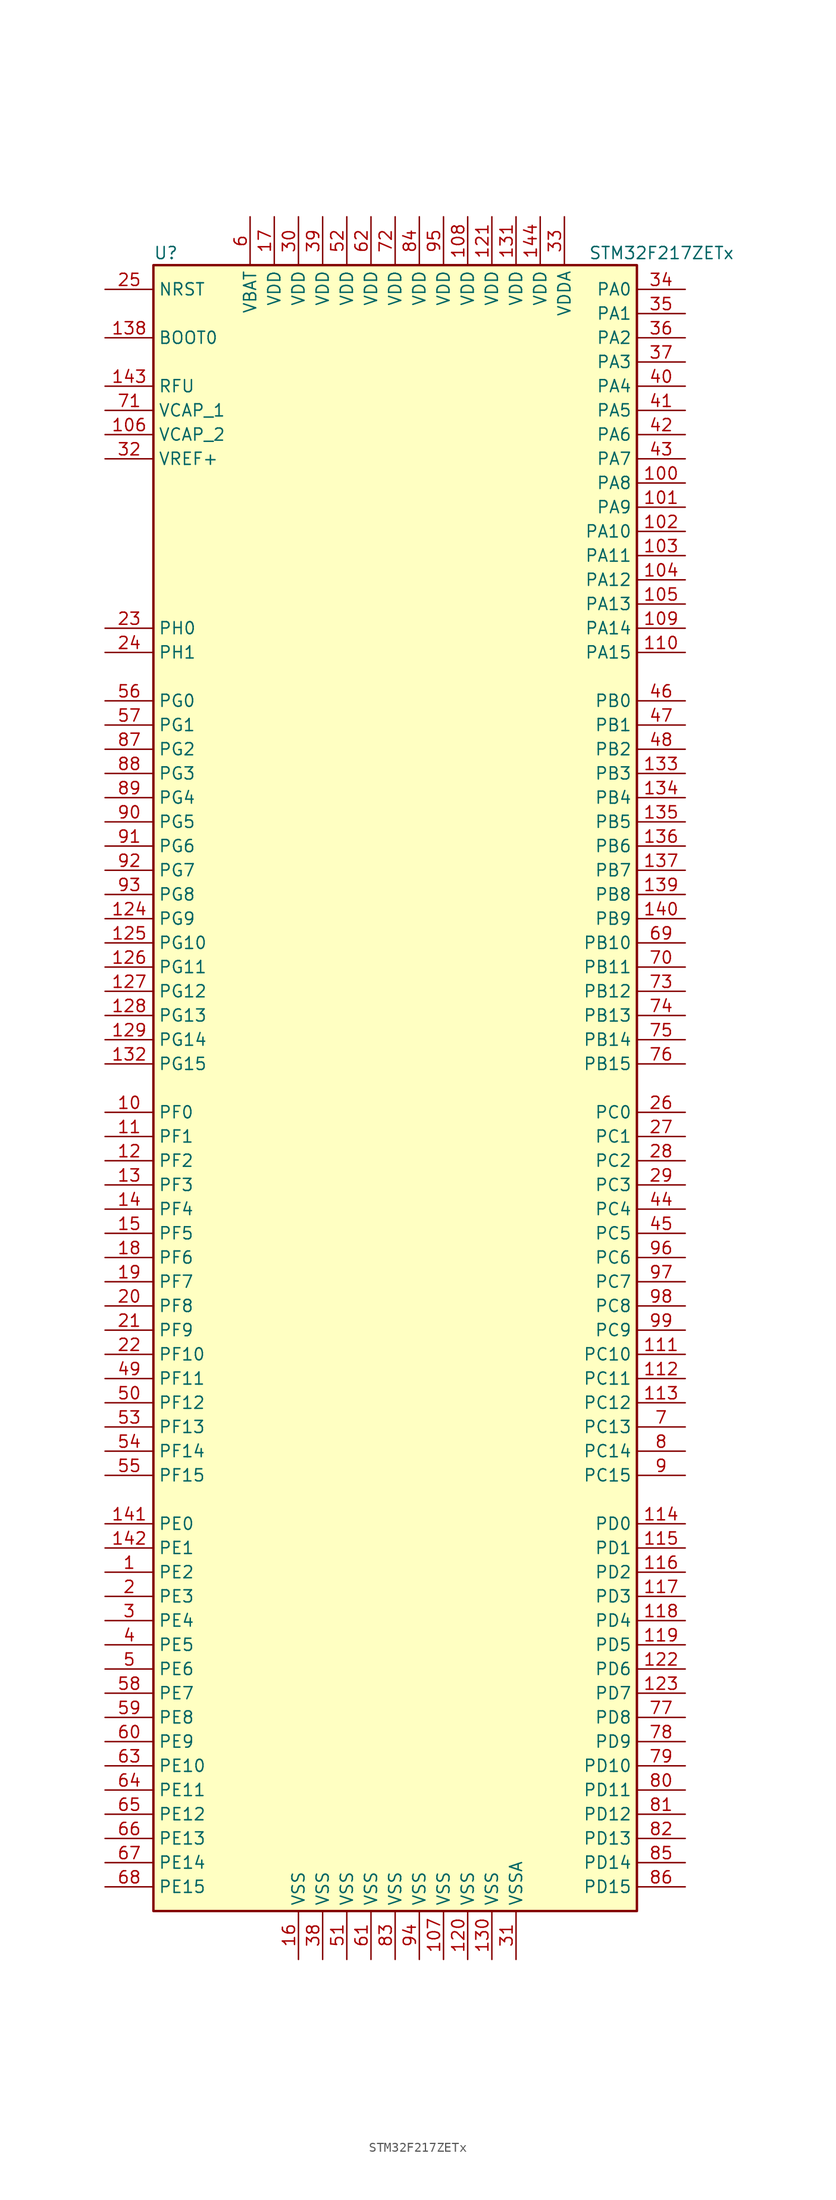
<source format=kicad_sym>
(kicad_symbol_lib
  (version 20211014)
  (generator kicad_symbol_editor)
  (symbol "STM32F217ZETx"
    (property "Reference" "U"
      (at -25.4 87.63 0)
      (effects (font (size 1.27 1.27)) (justify left)))
    (property "Value" "STM32F217ZETx"
      (at 20.32 87.63 0)
      (effects (font (size 1.27 1.27)) (justify left)))
    (symbol "STM32F217ZETx_0_1"
      (rectangle (start -25.4 -86.36) (end 25.4 86.36) (stroke (width 0.254) (type default) (color 0 0 0 0)) (fill (type background))))
    (symbol "STM32F217ZETx_1_1"
      (pin bidirectional line (at -30.48 -50.8 0) (length 5.08) (name "PE2" (effects (font (size 1.27 1.27)))) (number "1" (effects (font (size 1.27 1.27)))))
      (pin bidirectional line (at -30.48 -2.54 0) (length 5.08) (name "PF0" (effects (font (size 1.27 1.27)))) (number "10" (effects (font (size 1.27 1.27)))))
      (pin bidirectional line (at 30.48 63.5 180) (length 5.08) (name "PA8" (effects (font (size 1.27 1.27)))) (number "100" (effects (font (size 1.27 1.27)))))
      (pin bidirectional line (at 30.48 60.96 180) (length 5.08) (name "PA9" (effects (font (size 1.27 1.27)))) (number "101" (effects (font (size 1.27 1.27)))))
      (pin bidirectional line (at 30.48 58.42 180) (length 5.08) (name "PA10" (effects (font (size 1.27 1.27)))) (number "102" (effects (font (size 1.27 1.27)))))
      (pin bidirectional line (at 30.48 55.88 180) (length 5.08) (name "PA11" (effects (font (size 1.27 1.27)))) (number "103" (effects (font (size 1.27 1.27)))))
      (pin bidirectional line (at 30.48 53.34 180) (length 5.08) (name "PA12" (effects (font (size 1.27 1.27)))) (number "104" (effects (font (size 1.27 1.27)))))
      (pin bidirectional line (at 30.48 50.8 180) (length 5.08) (name "PA13" (effects (font (size 1.27 1.27)))) (number "105" (effects (font (size 1.27 1.27)))))
      (pin power_in line (at -30.48 68.58 0) (length 5.08) (name "VCAP_2" (effects (font (size 1.27 1.27)))) (number "106" (effects (font (size 1.27 1.27)))))
      (pin power_in line (at 5.08 -91.44 90) (length 5.08) (name "VSS" (effects (font (size 1.27 1.27)))) (number "107" (effects (font (size 1.27 1.27)))))
      (pin power_in line (at 7.62 91.44 270) (length 5.08) (name "VDD" (effects (font (size 1.27 1.27)))) (number "108" (effects (font (size 1.27 1.27)))))
      (pin bidirectional line (at 30.48 48.26 180) (length 5.08) (name "PA14" (effects (font (size 1.27 1.27)))) (number "109" (effects (font (size 1.27 1.27)))))
      (pin bidirectional line (at -30.48 -5.08 0) (length 5.08) (name "PF1" (effects (font (size 1.27 1.27)))) (number "11" (effects (font (size 1.27 1.27)))))
      (pin bidirectional line (at 30.48 45.72 180) (length 5.08) (name "PA15" (effects (font (size 1.27 1.27)))) (number "110" (effects (font (size 1.27 1.27)))))
      (pin bidirectional line (at 30.48 -27.94 180) (length 5.08) (name "PC10" (effects (font (size 1.27 1.27)))) (number "111" (effects (font (size 1.27 1.27)))))
      (pin bidirectional line (at 30.48 -30.48 180) (length 5.08) (name "PC11" (effects (font (size 1.27 1.27)))) (number "112" (effects (font (size 1.27 1.27)))))
      (pin bidirectional line (at 30.48 -33.02 180) (length 5.08) (name "PC12" (effects (font (size 1.27 1.27)))) (number "113" (effects (font (size 1.27 1.27)))))
      (pin bidirectional line (at 30.48 -45.72 180) (length 5.08) (name "PD0" (effects (font (size 1.27 1.27)))) (number "114" (effects (font (size 1.27 1.27)))))
      (pin bidirectional line (at 30.48 -48.26 180) (length 5.08) (name "PD1" (effects (font (size 1.27 1.27)))) (number "115" (effects (font (size 1.27 1.27)))))
      (pin bidirectional line (at 30.48 -50.8 180) (length 5.08) (name "PD2" (effects (font (size 1.27 1.27)))) (number "116" (effects (font (size 1.27 1.27)))))
      (pin bidirectional line (at 30.48 -53.34 180) (length 5.08) (name "PD3" (effects (font (size 1.27 1.27)))) (number "117" (effects (font (size 1.27 1.27)))))
      (pin bidirectional line (at 30.48 -55.88 180) (length 5.08) (name "PD4" (effects (font (size 1.27 1.27)))) (number "118" (effects (font (size 1.27 1.27)))))
      (pin bidirectional line (at 30.48 -58.42 180) (length 5.08) (name "PD5" (effects (font (size 1.27 1.27)))) (number "119" (effects (font (size 1.27 1.27)))))
      (pin bidirectional line (at -30.48 -7.62 0) (length 5.08) (name "PF2" (effects (font (size 1.27 1.27)))) (number "12" (effects (font (size 1.27 1.27)))))
      (pin power_in line (at 7.62 -91.44 90) (length 5.08) (name "VSS" (effects (font (size 1.27 1.27)))) (number "120" (effects (font (size 1.27 1.27)))))
      (pin power_in line (at 10.16 91.44 270) (length 5.08) (name "VDD" (effects (font (size 1.27 1.27)))) (number "121" (effects (font (size 1.27 1.27)))))
      (pin bidirectional line (at 30.48 -60.96 180) (length 5.08) (name "PD6" (effects (font (size 1.27 1.27)))) (number "122" (effects (font (size 1.27 1.27)))))
      (pin bidirectional line (at 30.48 -63.5 180) (length 5.08) (name "PD7" (effects (font (size 1.27 1.27)))) (number "123" (effects (font (size 1.27 1.27)))))
      (pin bidirectional line (at -30.48 17.78 0) (length 5.08) (name "PG9" (effects (font (size 1.27 1.27)))) (number "124" (effects (font (size 1.27 1.27)))))
      (pin bidirectional line (at -30.48 15.24 0) (length 5.08) (name "PG10" (effects (font (size 1.27 1.27)))) (number "125" (effects (font (size 1.27 1.27)))))
      (pin bidirectional line (at -30.48 12.7 0) (length 5.08) (name "PG11" (effects (font (size 1.27 1.27)))) (number "126" (effects (font (size 1.27 1.27)))))
      (pin bidirectional line (at -30.48 10.16 0) (length 5.08) (name "PG12" (effects (font (size 1.27 1.27)))) (number "127" (effects (font (size 1.27 1.27)))))
      (pin bidirectional line (at -30.48 7.62 0) (length 5.08) (name "PG13" (effects (font (size 1.27 1.27)))) (number "128" (effects (font (size 1.27 1.27)))))
      (pin bidirectional line (at -30.48 5.08 0) (length 5.08) (name "PG14" (effects (font (size 1.27 1.27)))) (number "129" (effects (font (size 1.27 1.27)))))
      (pin bidirectional line (at -30.48 -10.16 0) (length 5.08) (name "PF3" (effects (font (size 1.27 1.27)))) (number "13" (effects (font (size 1.27 1.27)))))
      (pin power_in line (at 10.16 -91.44 90) (length 5.08) (name "VSS" (effects (font (size 1.27 1.27)))) (number "130" (effects (font (size 1.27 1.27)))))
      (pin power_in line (at 12.7 91.44 270) (length 5.08) (name "VDD" (effects (font (size 1.27 1.27)))) (number "131" (effects (font (size 1.27 1.27)))))
      (pin bidirectional line (at -30.48 2.54 0) (length 5.08) (name "PG15" (effects (font (size 1.27 1.27)))) (number "132" (effects (font (size 1.27 1.27)))))
      (pin bidirectional line (at 30.48 33.02 180) (length 5.08) (name "PB3" (effects (font (size 1.27 1.27)))) (number "133" (effects (font (size 1.27 1.27)))))
      (pin bidirectional line (at 30.48 30.48 180) (length 5.08) (name "PB4" (effects (font (size 1.27 1.27)))) (number "134" (effects (font (size 1.27 1.27)))))
      (pin bidirectional line (at 30.48 27.94 180) (length 5.08) (name "PB5" (effects (font (size 1.27 1.27)))) (number "135" (effects (font (size 1.27 1.27)))))
      (pin bidirectional line (at 30.48 25.4 180) (length 5.08) (name "PB6" (effects (font (size 1.27 1.27)))) (number "136" (effects (font (size 1.27 1.27)))))
      (pin bidirectional line (at 30.48 22.86 180) (length 5.08) (name "PB7" (effects (font (size 1.27 1.27)))) (number "137" (effects (font (size 1.27 1.27)))))
      (pin input line (at -30.48 78.74 0) (length 5.08) (name "BOOT0" (effects (font (size 1.27 1.27)))) (number "138" (effects (font (size 1.27 1.27)))))
      (pin bidirectional line (at 30.48 20.32 180) (length 5.08) (name "PB8" (effects (font (size 1.27 1.27)))) (number "139" (effects (font (size 1.27 1.27)))))
      (pin bidirectional line (at -30.48 -12.7 0) (length 5.08) (name "PF4" (effects (font (size 1.27 1.27)))) (number "14" (effects (font (size 1.27 1.27)))))
      (pin bidirectional line (at 30.48 17.78 180) (length 5.08) (name "PB9" (effects (font (size 1.27 1.27)))) (number "140" (effects (font (size 1.27 1.27)))))
      (pin bidirectional line (at -30.48 -45.72 0) (length 5.08) (name "PE0" (effects (font (size 1.27 1.27)))) (number "141" (effects (font (size 1.27 1.27)))))
      (pin bidirectional line (at -30.48 -48.26 0) (length 5.08) (name "PE1" (effects (font (size 1.27 1.27)))) (number "142" (effects (font (size 1.27 1.27)))))
      (pin power_in line (at -30.48 73.66 0) (length 5.08) (name "RFU" (effects (font (size 1.27 1.27)))) (number "143" (effects (font (size 1.27 1.27)))))
      (pin power_in line (at 15.24 91.44 270) (length 5.08) (name "VDD" (effects (font (size 1.27 1.27)))) (number "144" (effects (font (size 1.27 1.27)))))
      (pin bidirectional line (at -30.48 -15.24 0) (length 5.08) (name "PF5" (effects (font (size 1.27 1.27)))) (number "15" (effects (font (size 1.27 1.27)))))
      (pin power_in line (at -10.16 -91.44 90) (length 5.08) (name "VSS" (effects (font (size 1.27 1.27)))) (number "16" (effects (font (size 1.27 1.27)))))
      (pin power_in line (at -12.7 91.44 270) (length 5.08) (name "VDD" (effects (font (size 1.27 1.27)))) (number "17" (effects (font (size 1.27 1.27)))))
      (pin bidirectional line (at -30.48 -17.78 0) (length 5.08) (name "PF6" (effects (font (size 1.27 1.27)))) (number "18" (effects (font (size 1.27 1.27)))))
      (pin bidirectional line (at -30.48 -20.32 0) (length 5.08) (name "PF7" (effects (font (size 1.27 1.27)))) (number "19" (effects (font (size 1.27 1.27)))))
      (pin bidirectional line (at -30.48 -53.34 0) (length 5.08) (name "PE3" (effects (font (size 1.27 1.27)))) (number "2" (effects (font (size 1.27 1.27)))))
      (pin bidirectional line (at -30.48 -22.86 0) (length 5.08) (name "PF8" (effects (font (size 1.27 1.27)))) (number "20" (effects (font (size 1.27 1.27)))))
      (pin bidirectional line (at -30.48 -25.4 0) (length 5.08) (name "PF9" (effects (font (size 1.27 1.27)))) (number "21" (effects (font (size 1.27 1.27)))))
      (pin bidirectional line (at -30.48 -27.94 0) (length 5.08) (name "PF10" (effects (font (size 1.27 1.27)))) (number "22" (effects (font (size 1.27 1.27)))))
      (pin input line (at -30.48 48.26 0) (length 5.08) (name "PH0" (effects (font (size 1.27 1.27)))) (number "23" (effects (font (size 1.27 1.27)))))
      (pin input line (at -30.48 45.72 0) (length 5.08) (name "PH1" (effects (font (size 1.27 1.27)))) (number "24" (effects (font (size 1.27 1.27)))))
      (pin input line (at -30.48 83.82 0) (length 5.08) (name "NRST" (effects (font (size 1.27 1.27)))) (number "25" (effects (font (size 1.27 1.27)))))
      (pin bidirectional line (at 30.48 -2.54 180) (length 5.08) (name "PC0" (effects (font (size 1.27 1.27)))) (number "26" (effects (font (size 1.27 1.27)))))
      (pin bidirectional line (at 30.48 -5.08 180) (length 5.08) (name "PC1" (effects (font (size 1.27 1.27)))) (number "27" (effects (font (size 1.27 1.27)))))
      (pin bidirectional line (at 30.48 -7.62 180) (length 5.08) (name "PC2" (effects (font (size 1.27 1.27)))) (number "28" (effects (font (size 1.27 1.27)))))
      (pin bidirectional line (at 30.48 -10.16 180) (length 5.08) (name "PC3" (effects (font (size 1.27 1.27)))) (number "29" (effects (font (size 1.27 1.27)))))
      (pin bidirectional line (at -30.48 -55.88 0) (length 5.08) (name "PE4" (effects (font (size 1.27 1.27)))) (number "3" (effects (font (size 1.27 1.27)))))
      (pin power_in line (at -10.16 91.44 270) (length 5.08) (name "VDD" (effects (font (size 1.27 1.27)))) (number "30" (effects (font (size 1.27 1.27)))))
      (pin power_in line (at 12.7 -91.44 90) (length 5.08) (name "VSSA" (effects (font (size 1.27 1.27)))) (number "31" (effects (font (size 1.27 1.27)))))
      (pin power_in line (at -30.48 66.04 0) (length 5.08) (name "VREF+" (effects (font (size 1.27 1.27)))) (number "32" (effects (font (size 1.27 1.27)))))
      (pin power_in line (at 17.78 91.44 270) (length 5.08) (name "VDDA" (effects (font (size 1.27 1.27)))) (number "33" (effects (font (size 1.27 1.27)))))
      (pin bidirectional line (at 30.48 83.82 180) (length 5.08) (name "PA0" (effects (font (size 1.27 1.27)))) (number "34" (effects (font (size 1.27 1.27)))))
      (pin bidirectional line (at 30.48 81.28 180) (length 5.08) (name "PA1" (effects (font (size 1.27 1.27)))) (number "35" (effects (font (size 1.27 1.27)))))
      (pin bidirectional line (at 30.48 78.74 180) (length 5.08) (name "PA2" (effects (font (size 1.27 1.27)))) (number "36" (effects (font (size 1.27 1.27)))))
      (pin bidirectional line (at 30.48 76.2 180) (length 5.08) (name "PA3" (effects (font (size 1.27 1.27)))) (number "37" (effects (font (size 1.27 1.27)))))
      (pin power_in line (at -7.62 -91.44 90) (length 5.08) (name "VSS" (effects (font (size 1.27 1.27)))) (number "38" (effects (font (size 1.27 1.27)))))
      (pin power_in line (at -7.62 91.44 270) (length 5.08) (name "VDD" (effects (font (size 1.27 1.27)))) (number "39" (effects (font (size 1.27 1.27)))))
      (pin bidirectional line (at -30.48 -58.42 0) (length 5.08) (name "PE5" (effects (font (size 1.27 1.27)))) (number "4" (effects (font (size 1.27 1.27)))))
      (pin bidirectional line (at 30.48 73.66 180) (length 5.08) (name "PA4" (effects (font (size 1.27 1.27)))) (number "40" (effects (font (size 1.27 1.27)))))
      (pin bidirectional line (at 30.48 71.12 180) (length 5.08) (name "PA5" (effects (font (size 1.27 1.27)))) (number "41" (effects (font (size 1.27 1.27)))))
      (pin bidirectional line (at 30.48 68.58 180) (length 5.08) (name "PA6" (effects (font (size 1.27 1.27)))) (number "42" (effects (font (size 1.27 1.27)))))
      (pin bidirectional line (at 30.48 66.04 180) (length 5.08) (name "PA7" (effects (font (size 1.27 1.27)))) (number "43" (effects (font (size 1.27 1.27)))))
      (pin bidirectional line (at 30.48 -12.7 180) (length 5.08) (name "PC4" (effects (font (size 1.27 1.27)))) (number "44" (effects (font (size 1.27 1.27)))))
      (pin bidirectional line (at 30.48 -15.24 180) (length 5.08) (name "PC5" (effects (font (size 1.27 1.27)))) (number "45" (effects (font (size 1.27 1.27)))))
      (pin bidirectional line (at 30.48 40.64 180) (length 5.08) (name "PB0" (effects (font (size 1.27 1.27)))) (number "46" (effects (font (size 1.27 1.27)))))
      (pin bidirectional line (at 30.48 38.1 180) (length 5.08) (name "PB1" (effects (font (size 1.27 1.27)))) (number "47" (effects (font (size 1.27 1.27)))))
      (pin bidirectional line (at 30.48 35.56 180) (length 5.08) (name "PB2" (effects (font (size 1.27 1.27)))) (number "48" (effects (font (size 1.27 1.27)))))
      (pin bidirectional line (at -30.48 -30.48 0) (length 5.08) (name "PF11" (effects (font (size 1.27 1.27)))) (number "49" (effects (font (size 1.27 1.27)))))
      (pin bidirectional line (at -30.48 -60.96 0) (length 5.08) (name "PE6" (effects (font (size 1.27 1.27)))) (number "5" (effects (font (size 1.27 1.27)))))
      (pin bidirectional line (at -30.48 -33.02 0) (length 5.08) (name "PF12" (effects (font (size 1.27 1.27)))) (number "50" (effects (font (size 1.27 1.27)))))
      (pin power_in line (at -5.08 -91.44 90) (length 5.08) (name "VSS" (effects (font (size 1.27 1.27)))) (number "51" (effects (font (size 1.27 1.27)))))
      (pin power_in line (at -5.08 91.44 270) (length 5.08) (name "VDD" (effects (font (size 1.27 1.27)))) (number "52" (effects (font (size 1.27 1.27)))))
      (pin bidirectional line (at -30.48 -35.56 0) (length 5.08) (name "PF13" (effects (font (size 1.27 1.27)))) (number "53" (effects (font (size 1.27 1.27)))))
      (pin bidirectional line (at -30.48 -38.1 0) (length 5.08) (name "PF14" (effects (font (size 1.27 1.27)))) (number "54" (effects (font (size 1.27 1.27)))))
      (pin bidirectional line (at -30.48 -40.64 0) (length 5.08) (name "PF15" (effects (font (size 1.27 1.27)))) (number "55" (effects (font (size 1.27 1.27)))))
      (pin bidirectional line (at -30.48 40.64 0) (length 5.08) (name "PG0" (effects (font (size 1.27 1.27)))) (number "56" (effects (font (size 1.27 1.27)))))
      (pin bidirectional line (at -30.48 38.1 0) (length 5.08) (name "PG1" (effects (font (size 1.27 1.27)))) (number "57" (effects (font (size 1.27 1.27)))))
      (pin bidirectional line (at -30.48 -63.5 0) (length 5.08) (name "PE7" (effects (font (size 1.27 1.27)))) (number "58" (effects (font (size 1.27 1.27)))))
      (pin bidirectional line (at -30.48 -66.04 0) (length 5.08) (name "PE8" (effects (font (size 1.27 1.27)))) (number "59" (effects (font (size 1.27 1.27)))))
      (pin power_in line (at -15.24 91.44 270) (length 5.08) (name "VBAT" (effects (font (size 1.27 1.27)))) (number "6" (effects (font (size 1.27 1.27)))))
      (pin bidirectional line (at -30.48 -68.58 0) (length 5.08) (name "PE9" (effects (font (size 1.27 1.27)))) (number "60" (effects (font (size 1.27 1.27)))))
      (pin power_in line (at -2.54 -91.44 90) (length 5.08) (name "VSS" (effects (font (size 1.27 1.27)))) (number "61" (effects (font (size 1.27 1.27)))))
      (pin power_in line (at -2.54 91.44 270) (length 5.08) (name "VDD" (effects (font (size 1.27 1.27)))) (number "62" (effects (font (size 1.27 1.27)))))
      (pin bidirectional line (at -30.48 -71.12 0) (length 5.08) (name "PE10" (effects (font (size 1.27 1.27)))) (number "63" (effects (font (size 1.27 1.27)))))
      (pin bidirectional line (at -30.48 -73.66 0) (length 5.08) (name "PE11" (effects (font (size 1.27 1.27)))) (number "64" (effects (font (size 1.27 1.27)))))
      (pin bidirectional line (at -30.48 -76.2 0) (length 5.08) (name "PE12" (effects (font (size 1.27 1.27)))) (number "65" (effects (font (size 1.27 1.27)))))
      (pin bidirectional line (at -30.48 -78.74 0) (length 5.08) (name "PE13" (effects (font (size 1.27 1.27)))) (number "66" (effects (font (size 1.27 1.27)))))
      (pin bidirectional line (at -30.48 -81.28 0) (length 5.08) (name "PE14" (effects (font (size 1.27 1.27)))) (number "67" (effects (font (size 1.27 1.27)))))
      (pin bidirectional line (at -30.48 -83.82 0) (length 5.08) (name "PE15" (effects (font (size 1.27 1.27)))) (number "68" (effects (font (size 1.27 1.27)))))
      (pin bidirectional line (at 30.48 15.24 180) (length 5.08) (name "PB10" (effects (font (size 1.27 1.27)))) (number "69" (effects (font (size 1.27 1.27)))))
      (pin bidirectional line (at 30.48 -35.56 180) (length 5.08) (name "PC13" (effects (font (size 1.27 1.27)))) (number "7" (effects (font (size 1.27 1.27)))))
      (pin bidirectional line (at 30.48 12.7 180) (length 5.08) (name "PB11" (effects (font (size 1.27 1.27)))) (number "70" (effects (font (size 1.27 1.27)))))
      (pin power_in line (at -30.48 71.12 0) (length 5.08) (name "VCAP_1" (effects (font (size 1.27 1.27)))) (number "71" (effects (font (size 1.27 1.27)))))
      (pin power_in line (at 0 91.44 270) (length 5.08) (name "VDD" (effects (font (size 1.27 1.27)))) (number "72" (effects (font (size 1.27 1.27)))))
      (pin bidirectional line (at 30.48 10.16 180) (length 5.08) (name "PB12" (effects (font (size 1.27 1.27)))) (number "73" (effects (font (size 1.27 1.27)))))
      (pin bidirectional line (at 30.48 7.62 180) (length 5.08) (name "PB13" (effects (font (size 1.27 1.27)))) (number "74" (effects (font (size 1.27 1.27)))))
      (pin bidirectional line (at 30.48 5.08 180) (length 5.08) (name "PB14" (effects (font (size 1.27 1.27)))) (number "75" (effects (font (size 1.27 1.27)))))
      (pin bidirectional line (at 30.48 2.54 180) (length 5.08) (name "PB15" (effects (font (size 1.27 1.27)))) (number "76" (effects (font (size 1.27 1.27)))))
      (pin bidirectional line (at 30.48 -66.04 180) (length 5.08) (name "PD8" (effects (font (size 1.27 1.27)))) (number "77" (effects (font (size 1.27 1.27)))))
      (pin bidirectional line (at 30.48 -68.58 180) (length 5.08) (name "PD9" (effects (font (size 1.27 1.27)))) (number "78" (effects (font (size 1.27 1.27)))))
      (pin bidirectional line (at 30.48 -71.12 180) (length 5.08) (name "PD10" (effects (font (size 1.27 1.27)))) (number "79" (effects (font (size 1.27 1.27)))))
      (pin bidirectional line (at 30.48 -38.1 180) (length 5.08) (name "PC14" (effects (font (size 1.27 1.27)))) (number "8" (effects (font (size 1.27 1.27)))))
      (pin bidirectional line (at 30.48 -73.66 180) (length 5.08) (name "PD11" (effects (font (size 1.27 1.27)))) (number "80" (effects (font (size 1.27 1.27)))))
      (pin bidirectional line (at 30.48 -76.2 180) (length 5.08) (name "PD12" (effects (font (size 1.27 1.27)))) (number "81" (effects (font (size 1.27 1.27)))))
      (pin bidirectional line (at 30.48 -78.74 180) (length 5.08) (name "PD13" (effects (font (size 1.27 1.27)))) (number "82" (effects (font (size 1.27 1.27)))))
      (pin power_in line (at 0 -91.44 90) (length 5.08) (name "VSS" (effects (font (size 1.27 1.27)))) (number "83" (effects (font (size 1.27 1.27)))))
      (pin power_in line (at 2.54 91.44 270) (length 5.08) (name "VDD" (effects (font (size 1.27 1.27)))) (number "84" (effects (font (size 1.27 1.27)))))
      (pin bidirectional line (at 30.48 -81.28 180) (length 5.08) (name "PD14" (effects (font (size 1.27 1.27)))) (number "85" (effects (font (size 1.27 1.27)))))
      (pin bidirectional line (at 30.48 -83.82 180) (length 5.08) (name "PD15" (effects (font (size 1.27 1.27)))) (number "86" (effects (font (size 1.27 1.27)))))
      (pin bidirectional line (at -30.48 35.56 0) (length 5.08) (name "PG2" (effects (font (size 1.27 1.27)))) (number "87" (effects (font (size 1.27 1.27)))))
      (pin bidirectional line (at -30.48 33.02 0) (length 5.08) (name "PG3" (effects (font (size 1.27 1.27)))) (number "88" (effects (font (size 1.27 1.27)))))
      (pin bidirectional line (at -30.48 30.48 0) (length 5.08) (name "PG4" (effects (font (size 1.27 1.27)))) (number "89" (effects (font (size 1.27 1.27)))))
      (pin bidirectional line (at 30.48 -40.64 180) (length 5.08) (name "PC15" (effects (font (size 1.27 1.27)))) (number "9" (effects (font (size 1.27 1.27)))))
      (pin bidirectional line (at -30.48 27.94 0) (length 5.08) (name "PG5" (effects (font (size 1.27 1.27)))) (number "90" (effects (font (size 1.27 1.27)))))
      (pin bidirectional line (at -30.48 25.4 0) (length 5.08) (name "PG6" (effects (font (size 1.27 1.27)))) (number "91" (effects (font (size 1.27 1.27)))))
      (pin bidirectional line (at -30.48 22.86 0) (length 5.08) (name "PG7" (effects (font (size 1.27 1.27)))) (number "92" (effects (font (size 1.27 1.27)))))
      (pin bidirectional line (at -30.48 20.32 0) (length 5.08) (name "PG8" (effects (font (size 1.27 1.27)))) (number "93" (effects (font (size 1.27 1.27)))))
      (pin power_in line (at 2.54 -91.44 90) (length 5.08) (name "VSS" (effects (font (size 1.27 1.27)))) (number "94" (effects (font (size 1.27 1.27)))))
      (pin power_in line (at 5.08 91.44 270) (length 5.08) (name "VDD" (effects (font (size 1.27 1.27)))) (number "95" (effects (font (size 1.27 1.27)))))
      (pin bidirectional line (at 30.48 -17.78 180) (length 5.08) (name "PC6" (effects (font (size 1.27 1.27)))) (number "96" (effects (font (size 1.27 1.27)))))
      (pin bidirectional line (at 30.48 -20.32 180) (length 5.08) (name "PC7" (effects (font (size 1.27 1.27)))) (number "97" (effects (font (size 1.27 1.27)))))
      (pin bidirectional line (at 30.48 -22.86 180) (length 5.08) (name "PC8" (effects (font (size 1.27 1.27)))) (number "98" (effects (font (size 1.27 1.27)))))
      (pin bidirectional line (at 30.48 -25.4 180) (length 5.08) (name "PC9" (effects (font (size 1.27 1.27)))) (number "99" (effects (font (size 1.27 1.27))))))))
</source>
